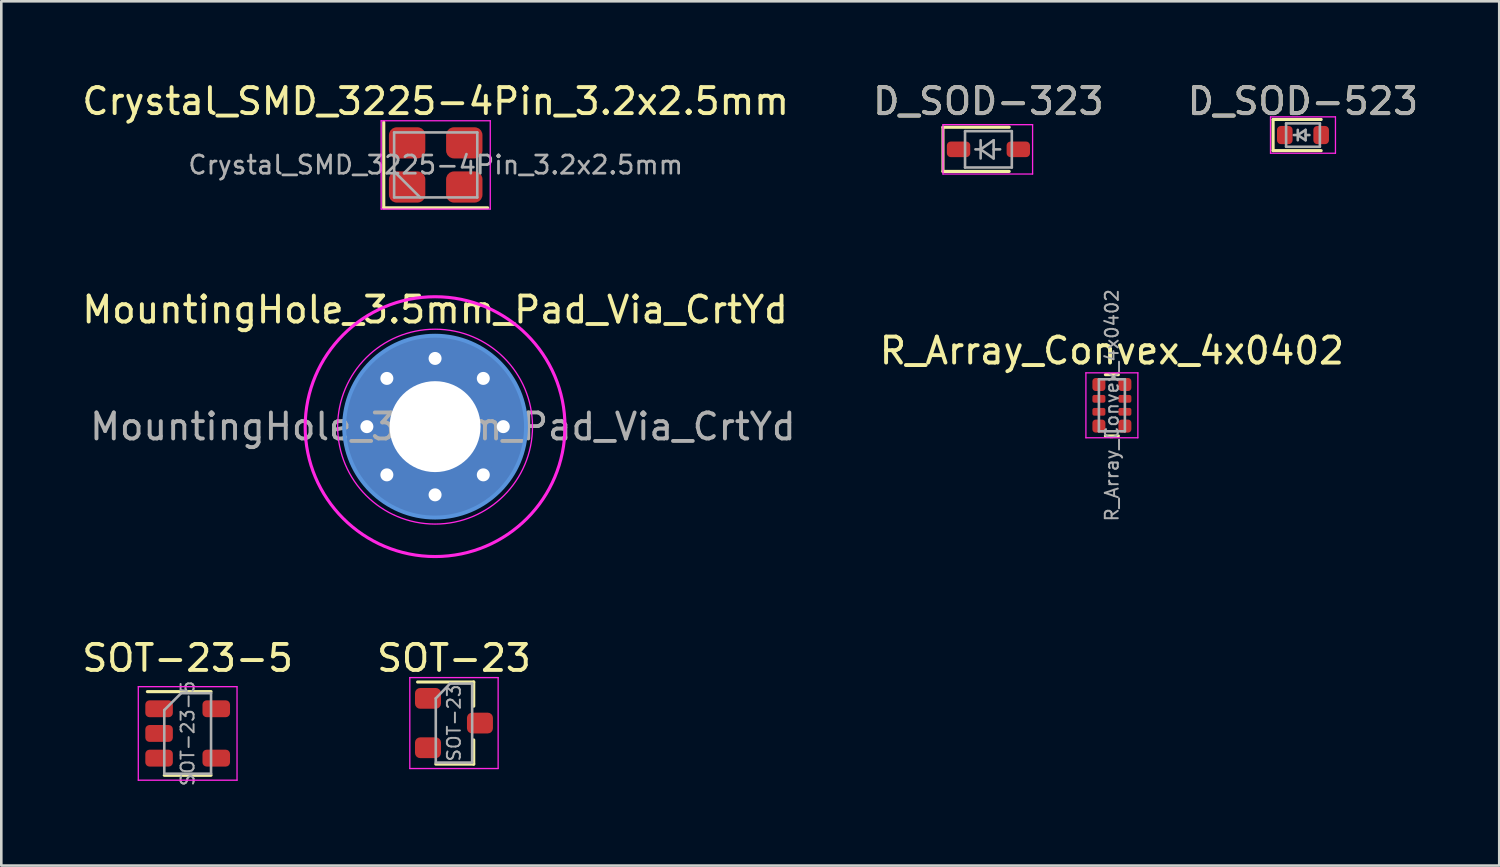
<source format=kicad_pcb>
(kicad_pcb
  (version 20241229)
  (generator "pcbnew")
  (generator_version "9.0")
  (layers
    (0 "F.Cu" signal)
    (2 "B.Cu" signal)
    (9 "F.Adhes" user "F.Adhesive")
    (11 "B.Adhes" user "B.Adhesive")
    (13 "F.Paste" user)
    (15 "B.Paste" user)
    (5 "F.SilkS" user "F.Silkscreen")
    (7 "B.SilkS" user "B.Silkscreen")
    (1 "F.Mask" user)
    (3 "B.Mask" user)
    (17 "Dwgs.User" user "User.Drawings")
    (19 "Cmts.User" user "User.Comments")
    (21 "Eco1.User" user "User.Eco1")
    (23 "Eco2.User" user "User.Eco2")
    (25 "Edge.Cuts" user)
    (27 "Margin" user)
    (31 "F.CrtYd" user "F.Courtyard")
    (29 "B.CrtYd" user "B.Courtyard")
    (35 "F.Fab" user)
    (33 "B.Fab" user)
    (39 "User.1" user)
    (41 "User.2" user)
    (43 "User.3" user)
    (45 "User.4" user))
  (footprint "SOT-23"
    (layer "F.Cu")
    (at 14.423 24.78)
    (property "Reference" "SOT-23" (at 0 -2.5 0) (layer "F.SilkS") (effects (font (size 1 1) (thickness 0.15))))
    (attr smd)
    (fp_line (start 0.76 -1.58) (end -1.4 -1.58) (stroke (width 0.12) (type solid)) (layer "F.SilkS"))
    (fp_line (start 0.76 -1.58) (end 0.76 -0.65) (stroke (width 0.12) (type solid)) (layer "F.SilkS"))
    (fp_line (start 0.76 1.58) (end -0.7 1.58) (stroke (width 0.12) (type solid)) (layer "F.SilkS"))
    (fp_line (start 0.76 1.58) (end 0.76 0.65) (stroke (width 0.12) (type solid)) (layer "F.SilkS"))
    (fp_line (start -1.7 -1.75) (end 1.7 -1.75) (stroke (width 0.05) (type solid)) (layer "F.CrtYd"))
    (fp_line (start -1.7 1.75) (end -1.7 -1.75) (stroke (width 0.05) (type solid)) (layer "F.CrtYd"))
    (fp_line (start 1.7 -1.75) (end 1.7 1.75) (stroke (width 0.05) (type solid)) (layer "F.CrtYd"))
    (fp_line (start 1.7 1.75) (end -1.7 1.75) (stroke (width 0.05) (type solid)) (layer "F.CrtYd"))
    (fp_line (start -0.7 -0.95) (end -0.7 1.5) (stroke (width 0.1) (type solid)) (layer "F.Fab"))
    (fp_line (start -0.7 -0.95) (end -0.15 -1.52) (stroke (width 0.1) (type solid)) (layer "F.Fab"))
    (fp_line (start -0.7 1.52) (end 0.7 1.52) (stroke (width 0.1) (type solid)) (layer "F.Fab"))
    (fp_line (start -0.15 -1.52) (end 0.7 -1.52) (stroke (width 0.1) (type solid)) (layer "F.Fab"))
    (fp_line (start 0.7 -1.52) (end 0.7 1.52) (stroke (width 0.1) (type solid)) (layer "F.Fab"))
    (fp_text user "${REFERENCE}" (at 0 0 90) (layer "F.Fab") (effects (font (size 0.5 0.5) (thickness 0.075))))
    (pad "1" smd roundrect (at -1 -0.95) (size 1 0.8) (layers "F.Cu" "F.Mask" "F.Paste") (roundrect_rratio 0.25))
    (pad "2" smd roundrect (at -1 0.95) (size 1 0.8) (layers "F.Cu" "F.Mask" "F.Paste") (roundrect_rratio 0.25))
    (pad "3" smd roundrect (at 1 0) (size 1 0.8) (layers "F.Cu" "F.Mask" "F.Paste") (roundrect_rratio 0.25)))
  (footprint "D_SOD-523"
    (layer "F.Cu")
    (at 47.101 2.148)
    (property "Reference" "D_SOD-523" (at 0 -1.3 0) (layer "F.SilkS") (effects (font (size 1 1) (thickness 0.15))))
    (attr smd)
    (fp_line (start -1.15 -0.6) (end -1.15 0.6) (stroke (width 0.12) (type solid)) (layer "F.SilkS"))
    (fp_line (start 0.7 -0.6) (end -1.15 -0.6) (stroke (width 0.12) (type solid)) (layer "F.SilkS"))
    (fp_line (start 0.7 0.6) (end -1.15 0.6) (stroke (width 0.12) (type solid)) (layer "F.SilkS"))
    (fp_line (start -1.25 -0.7) (end 1.25 -0.7) (stroke (width 0.05) (type solid)) (layer "F.CrtYd"))
    (fp_line (start -1.25 0.7) (end -1.25 -0.7) (stroke (width 0.05) (type solid)) (layer "F.CrtYd"))
    (fp_line (start 1.25 -0.7) (end 1.25 0.7) (stroke (width 0.05) (type solid)) (layer "F.CrtYd"))
    (fp_line (start 1.25 0.7) (end -1.25 0.7) (stroke (width 0.05) (type solid)) (layer "F.CrtYd"))
    (fp_line (start -0.65 -0.45) (end 0.65 -0.45) (stroke (width 0.1) (type solid)) (layer "F.Fab"))
    (fp_line (start -0.65 0.45) (end -0.65 -0.45) (stroke (width 0.1) (type solid)) (layer "F.Fab"))
    (fp_line (start -0.2 0) (end -0.35 0) (stroke (width 0.1) (type solid)) (layer "F.Fab"))
    (fp_line (start -0.2 0) (end 0.1 0.2) (stroke (width 0.1) (type solid)) (layer "F.Fab"))
    (fp_line (start -0.2 0.2) (end -0.2 -0.2) (stroke (width 0.1) (type solid)) (layer "F.Fab"))
    (fp_line (start 0.1 -0.2) (end -0.2 0) (stroke (width 0.1) (type solid)) (layer "F.Fab"))
    (fp_line (start 0.1 0) (end 0.25 0) (stroke (width 0.1) (type solid)) (layer "F.Fab"))
    (fp_line (start 0.1 0.2) (end 0.1 -0.2) (stroke (width 0.1) (type solid)) (layer "F.Fab"))
    (fp_line (start 0.65 -0.45) (end 0.65 0.45) (stroke (width 0.1) (type solid)) (layer "F.Fab"))
    (fp_line (start 0.65 0.45) (end -0.65 0.45) (stroke (width 0.1) (type solid)) (layer "F.Fab"))
    (fp_text user "${REFERENCE}" (at 0 -1.3 0) (layer "F.Fab") (effects (font (size 1 1) (thickness 0.15))))
    (pad "1" smd roundrect (at -0.7 0 180) (size 0.6 0.7) (layers "F.Cu" "F.Mask" "F.Paste") (roundrect_rratio 0.25))
    (pad "2" smd roundrect (at 0.7 0 180) (size 0.6 0.7) (layers "F.Cu" "F.Mask" "F.Paste") (roundrect_rratio 0.25)))
  (footprint "Crystal_SMD_3225-4Pin_3.2x2.5mm"
    (layer "F.Cu")
    (at 13.72 3.298)
    (property "Reference" "Crystal_SMD_3225-4Pin_3.2x2.5mm" (at 0 -2.45 0) (layer "F.SilkS") (effects (font (size 1 1) (thickness 0.15))))
    (attr smd)
    (fp_line (start -2 -1.65) (end -2 1.65) (stroke (width 0.12) (type solid)) (layer "F.SilkS"))
    (fp_line (start -2 1.65) (end 2 1.65) (stroke (width 0.12) (type solid)) (layer "F.SilkS"))
    (fp_line (start -2.1 -1.7) (end -2.1 1.7) (stroke (width 0.05) (type solid)) (layer "F.CrtYd"))
    (fp_line (start -2.1 1.7) (end 2.1 1.7) (stroke (width 0.05) (type solid)) (layer "F.CrtYd"))
    (fp_line (start 2.1 -1.7) (end -2.1 -1.7) (stroke (width 0.05) (type solid)) (layer "F.CrtYd"))
    (fp_line (start 2.1 1.7) (end 2.1 -1.7) (stroke (width 0.05) (type solid)) (layer "F.CrtYd"))
    (fp_line (start -1.6 -1.25) (end -1.6 1.25) (stroke (width 0.1) (type solid)) (layer "F.Fab"))
    (fp_line (start -1.6 0.25) (end -0.6 1.25) (stroke (width 0.1) (type solid)) (layer "F.Fab"))
    (fp_line (start -1.6 1.25) (end 1.6 1.25) (stroke (width 0.1) (type solid)) (layer "F.Fab"))
    (fp_line (start 1.6 -1.25) (end -1.6 -1.25) (stroke (width 0.1) (type solid)) (layer "F.Fab"))
    (fp_line (start 1.6 1.25) (end 1.6 -1.25) (stroke (width 0.1) (type solid)) (layer "F.Fab"))
    (fp_text user "${REFERENCE}" (at 0 0 0) (layer "F.Fab") (effects (font (size 0.7 0.7) (thickness 0.105))))
    (pad "1" smd roundrect (at -1.1 0.85) (size 1.4 1.2) (layers "F.Cu" "F.Mask" "F.Paste") (roundrect_rratio 0.25))
    (pad "2" smd roundrect (at 1.1 0.85) (size 1.4 1.2) (layers "F.Cu" "F.Mask" "F.Paste") (roundrect_rratio 0.25))
    (pad "3" smd roundrect (at 1.1 -0.85) (size 1.4 1.2) (layers "F.Cu" "F.Mask" "F.Paste") (roundrect_rratio 0.25))
    (pad "4" smd roundrect (at -1.1 -0.85) (size 1.4 1.2) (layers "F.Cu" "F.Mask" "F.Paste") (roundrect_rratio 0.25)))
  (footprint "SOT-23-5"
    (layer "F.Cu")
    (at 4.173 25.18)
    (property "Reference" "SOT-23-5" (at 0 -2.9 0) (layer "F.SilkS") (effects (font (size 1 1) (thickness 0.15))))
    (attr smd)
    (fp_line (start -0.9 1.61) (end 0.9 1.61) (stroke (width 0.12) (type solid)) (layer "F.SilkS"))
    (fp_line (start 0.9 -1.61) (end -1.55 -1.61) (stroke (width 0.12) (type solid)) (layer "F.SilkS"))
    (fp_line (start -1.9 -1.8) (end 1.9 -1.8) (stroke (width 0.05) (type solid)) (layer "F.CrtYd"))
    (fp_line (start -1.9 1.8) (end -1.9 -1.8) (stroke (width 0.05) (type solid)) (layer "F.CrtYd"))
    (fp_line (start 1.9 -1.8) (end 1.9 1.8) (stroke (width 0.05) (type solid)) (layer "F.CrtYd"))
    (fp_line (start 1.9 1.8) (end -1.9 1.8) (stroke (width 0.05) (type solid)) (layer "F.CrtYd"))
    (fp_line (start -0.9 -0.9) (end -0.9 1.55) (stroke (width 0.1) (type solid)) (layer "F.Fab"))
    (fp_line (start -0.9 -0.9) (end -0.25 -1.55) (stroke (width 0.1) (type solid)) (layer "F.Fab"))
    (fp_line (start 0.9 -1.55) (end -0.25 -1.55) (stroke (width 0.1) (type solid)) (layer "F.Fab"))
    (fp_line (start 0.9 -1.55) (end 0.9 1.55) (stroke (width 0.1) (type solid)) (layer "F.Fab"))
    (fp_line (start 0.9 1.55) (end -0.9 1.55) (stroke (width 0.1) (type solid)) (layer "F.Fab"))
    (fp_text user "${REFERENCE}" (at 0 0 90) (layer "F.Fab") (effects (font (size 0.5 0.5) (thickness 0.075))))
    (pad "1" smd roundrect (at -1.1 -0.95) (size 1.06 0.65) (layers "F.Cu" "F.Mask" "F.Paste") (roundrect_rratio 0.25))
    (pad "2" smd roundrect (at -1.1 0) (size 1.06 0.65) (layers "F.Cu" "F.Mask" "F.Paste") (roundrect_rratio 0.25))
    (pad "3" smd roundrect (at -1.1 0.95) (size 1.06 0.65) (layers "F.Cu" "F.Mask" "F.Paste") (roundrect_rratio 0.25))
    (pad "4" smd roundrect (at 1.1 0.95) (size 1.06 0.65) (layers "F.Cu" "F.Mask" "F.Paste") (roundrect_rratio 0.25))
    (pad "5" smd roundrect (at 1.1 -0.95) (size 1.06 0.65) (layers "F.Cu" "F.Mask" "F.Paste") (roundrect_rratio 0.25)))
  (footprint "R_Array_Convex_4x0402"
    (layer "F.Cu")
    (at 39.746 12.55)
    (property "Reference" "R_Array_Convex_4x0402" (at 0 -2.1 0) (layer "F.SilkS") (effects (font (size 1 1) (thickness 0.15))))
    (attr smd)
    (fp_line (start 0.25 -1.18) (end -0.25 -1.18) (stroke (width 0.12) (type solid)) (layer "F.SilkS"))
    (fp_line (start 0.25 1.18) (end -0.25 1.18) (stroke (width 0.12) (type solid)) (layer "F.SilkS"))
    (fp_line (start -1 -1.25) (end -1 1.25) (stroke (width 0.05) (type solid)) (layer "F.CrtYd"))
    (fp_line (start -1 -1.25) (end 1 -1.25) (stroke (width 0.05) (type solid)) (layer "F.CrtYd"))
    (fp_line (start 1 1.25) (end -1 1.25) (stroke (width 0.05) (type solid)) (layer "F.CrtYd"))
    (fp_line (start 1 1.25) (end 1 -1.25) (stroke (width 0.05) (type solid)) (layer "F.CrtYd"))
    (fp_line (start -0.5 -1) (end 0.5 -1) (stroke (width 0.1) (type solid)) (layer "F.Fab"))
    (fp_line (start -0.5 1) (end -0.5 -1) (stroke (width 0.1) (type solid)) (layer "F.Fab"))
    (fp_line (start 0.5 -1) (end 0.5 1) (stroke (width 0.1) (type solid)) (layer "F.Fab"))
    (fp_line (start 0.5 1) (end -0.5 1) (stroke (width 0.1) (type solid)) (layer "F.Fab"))
    (fp_text user "${REFERENCE}" (at 0 0 90) (layer "F.Fab") (effects (font (size 0.5 0.5) (thickness 0.075))))
    (pad "1" smd roundrect (at -0.5 -0.8) (size 0.5 0.5) (layers "F.Cu" "F.Mask" "F.Paste") (roundrect_rratio 0.25))
    (pad "2" smd roundrect (at -0.5 -0.25) (size 0.5 0.3) (layers "F.Cu" "F.Mask" "F.Paste") (roundrect_rratio 0.25))
    (pad "3" smd roundrect (at -0.5 0.25) (size 0.5 0.3) (layers "F.Cu" "F.Mask" "F.Paste") (roundrect_rratio 0.25))
    (pad "4" smd roundrect (at -0.5 0.8) (size 0.5 0.5) (layers "F.Cu" "F.Mask" "F.Paste") (roundrect_rratio 0.25))
    (pad "5" smd roundrect (at 0.5 0.8) (size 0.5 0.5) (layers "F.Cu" "F.Mask" "F.Paste") (roundrect_rratio 0.25))
    (pad "6" smd roundrect (at 0.5 0.25) (size 0.5 0.3) (layers "F.Cu" "F.Mask" "F.Paste") (roundrect_rratio 0.25))
    (pad "7" smd roundrect (at 0.5 -0.25) (size 0.5 0.3) (layers "F.Cu" "F.Mask" "F.Paste") (roundrect_rratio 0.25))
    (pad "8" smd roundrect (at 0.5 -0.8) (size 0.5 0.5) (layers "F.Cu" "F.Mask" "F.Paste") (roundrect_rratio 0.25)))
  (footprint "MountingHole_3.5mm_Pad_Via_CrtYd"
    (layer "F.Cu")
    (at 13.696 13.371)
    (property "Reference" "MountingHole_3.5mm_Pad_Via_CrtYd" (at 0 -4.5 0) (layer "F.SilkS") (effects (font (size 1 1) (thickness 0.15))))
    (attr exclude_from_pos_files exclude_from_bom)
    (fp_circle (center 0 0) (end 3.5 0) (stroke (width 0.15) (type solid)) (fill no) (layer "Cmts.User"))
    (fp_circle (center 0 0) (end 3.75 0) (stroke (width 0.05) (type solid)) (fill no) (layer "F.CrtYd"))
    (fp_circle (center 0 0) (end 5 0) (stroke (width 0.12) (type solid)) (fill no) (layer "F.CrtYd"))
    (fp_text user "${REFERENCE}" (at 0.3 0 0) (layer "F.Fab") (effects (font (size 1 1) (thickness 0.15))))
    (pad "1" thru_hole circle (at -2.625 0) (size 0.8 0.8) (drill 0.5) (layers "*.Cu" "*.Mask"))
    (pad "1" thru_hole circle (at -1.856 -1.856) (size 0.8 0.8) (drill 0.5) (layers "*.Cu" "*.Mask"))
    (pad "1" thru_hole circle (at -1.856 1.856) (size 0.8 0.8) (drill 0.5) (layers "*.Cu" "*.Mask"))
    (pad "1" thru_hole circle (at 0 -2.625) (size 0.8 0.8) (drill 0.5) (layers "*.Cu" "*.Mask"))
    (pad "1" thru_hole circle (at 0 0) (size 7 7) (drill 3.5) (layers "*.Cu" "*.Mask"))
    (pad "1" thru_hole circle (at 0 2.625) (size 0.8 0.8) (drill 0.5) (layers "*.Cu" "*.Mask"))
    (pad "1" thru_hole circle (at 1.856 -1.856) (size 0.8 0.8) (drill 0.5) (layers "*.Cu" "*.Mask"))
    (pad "1" thru_hole circle (at 1.856 1.856) (size 0.8 0.8) (drill 0.5) (layers "*.Cu" "*.Mask"))
    (pad "1" thru_hole circle (at 2.625 0) (size 0.8 0.8) (drill 0.5) (layers "*.Cu" "*.Mask")))
  (footprint "D_SOD-323"
    (layer "F.Cu")
    (at 34.994 2.698)
    (property "Reference" "D_SOD-323" (at 0 -1.85 0) (layer "F.SilkS") (effects (font (size 1 1) (thickness 0.15))))
    (attr smd)
    (fp_line (start -1.75 -0.85) (end -1.75 0.85) (stroke (width 0.12) (type solid)) (layer "F.SilkS"))
    (fp_line (start -1.75 -0.85) (end 0.8 -0.85) (stroke (width 0.12) (type solid)) (layer "F.SilkS"))
    (fp_line (start -1.75 0.85) (end 0.8 0.85) (stroke (width 0.12) (type solid)) (layer "F.SilkS"))
    (fp_line (start -1.75 -0.95) (end -1.75 0.95) (stroke (width 0.05) (type solid)) (layer "F.CrtYd"))
    (fp_line (start -1.75 -0.95) (end 1.7 -0.95) (stroke (width 0.05) (type solid)) (layer "F.CrtYd"))
    (fp_line (start -1.75 0.95) (end 1.7 0.95) (stroke (width 0.05) (type solid)) (layer "F.CrtYd"))
    (fp_line (start 1.7 -0.95) (end 1.7 0.95) (stroke (width 0.05) (type solid)) (layer "F.CrtYd"))
    (fp_line (start -0.9 -0.7) (end 0.9 -0.7) (stroke (width 0.1) (type solid)) (layer "F.Fab"))
    (fp_line (start -0.9 0.7) (end -0.9 -0.7) (stroke (width 0.1) (type solid)) (layer "F.Fab"))
    (fp_line (start -0.3 -0.35) (end -0.3 0.35) (stroke (width 0.1) (type solid)) (layer "F.Fab"))
    (fp_line (start -0.3 0) (end -0.5 0) (stroke (width 0.1) (type solid)) (layer "F.Fab"))
    (fp_line (start -0.3 0) (end 0.2 -0.35) (stroke (width 0.1) (type solid)) (layer "F.Fab"))
    (fp_line (start 0.2 -0.35) (end 0.2 0.35) (stroke (width 0.1) (type solid)) (layer "F.Fab"))
    (fp_line (start 0.2 0) (end 0.45 0) (stroke (width 0.1) (type solid)) (layer "F.Fab"))
    (fp_line (start 0.2 0.35) (end -0.3 0) (stroke (width 0.1) (type solid)) (layer "F.Fab"))
    (fp_line (start 0.9 -0.7) (end 0.9 0.7) (stroke (width 0.1) (type solid)) (layer "F.Fab"))
    (fp_line (start 0.9 0.7) (end -0.9 0.7) (stroke (width 0.1) (type solid)) (layer "F.Fab"))
    (fp_text user "${REFERENCE}" (at 0 -1.85 0) (layer "F.Fab") (effects (font (size 1 1) (thickness 0.15))))
    (pad "1" smd roundrect (at -1.15 0) (size 0.9 0.6) (layers "F.Cu" "F.Mask" "F.Paste") (roundrect_rratio 0.25))
    (pad "2" smd roundrect (at 1.15 0) (size 0.9 0.6) (layers "F.Cu" "F.Mask" "F.Paste") (roundrect_rratio 0.25)))
  (gr_rect
    (start -3 -3)
    (end 54.655 30.266)
    (stroke (width 0.1) (type default))
    (fill no)
    (layer "Edge.Cuts")))
</source>
